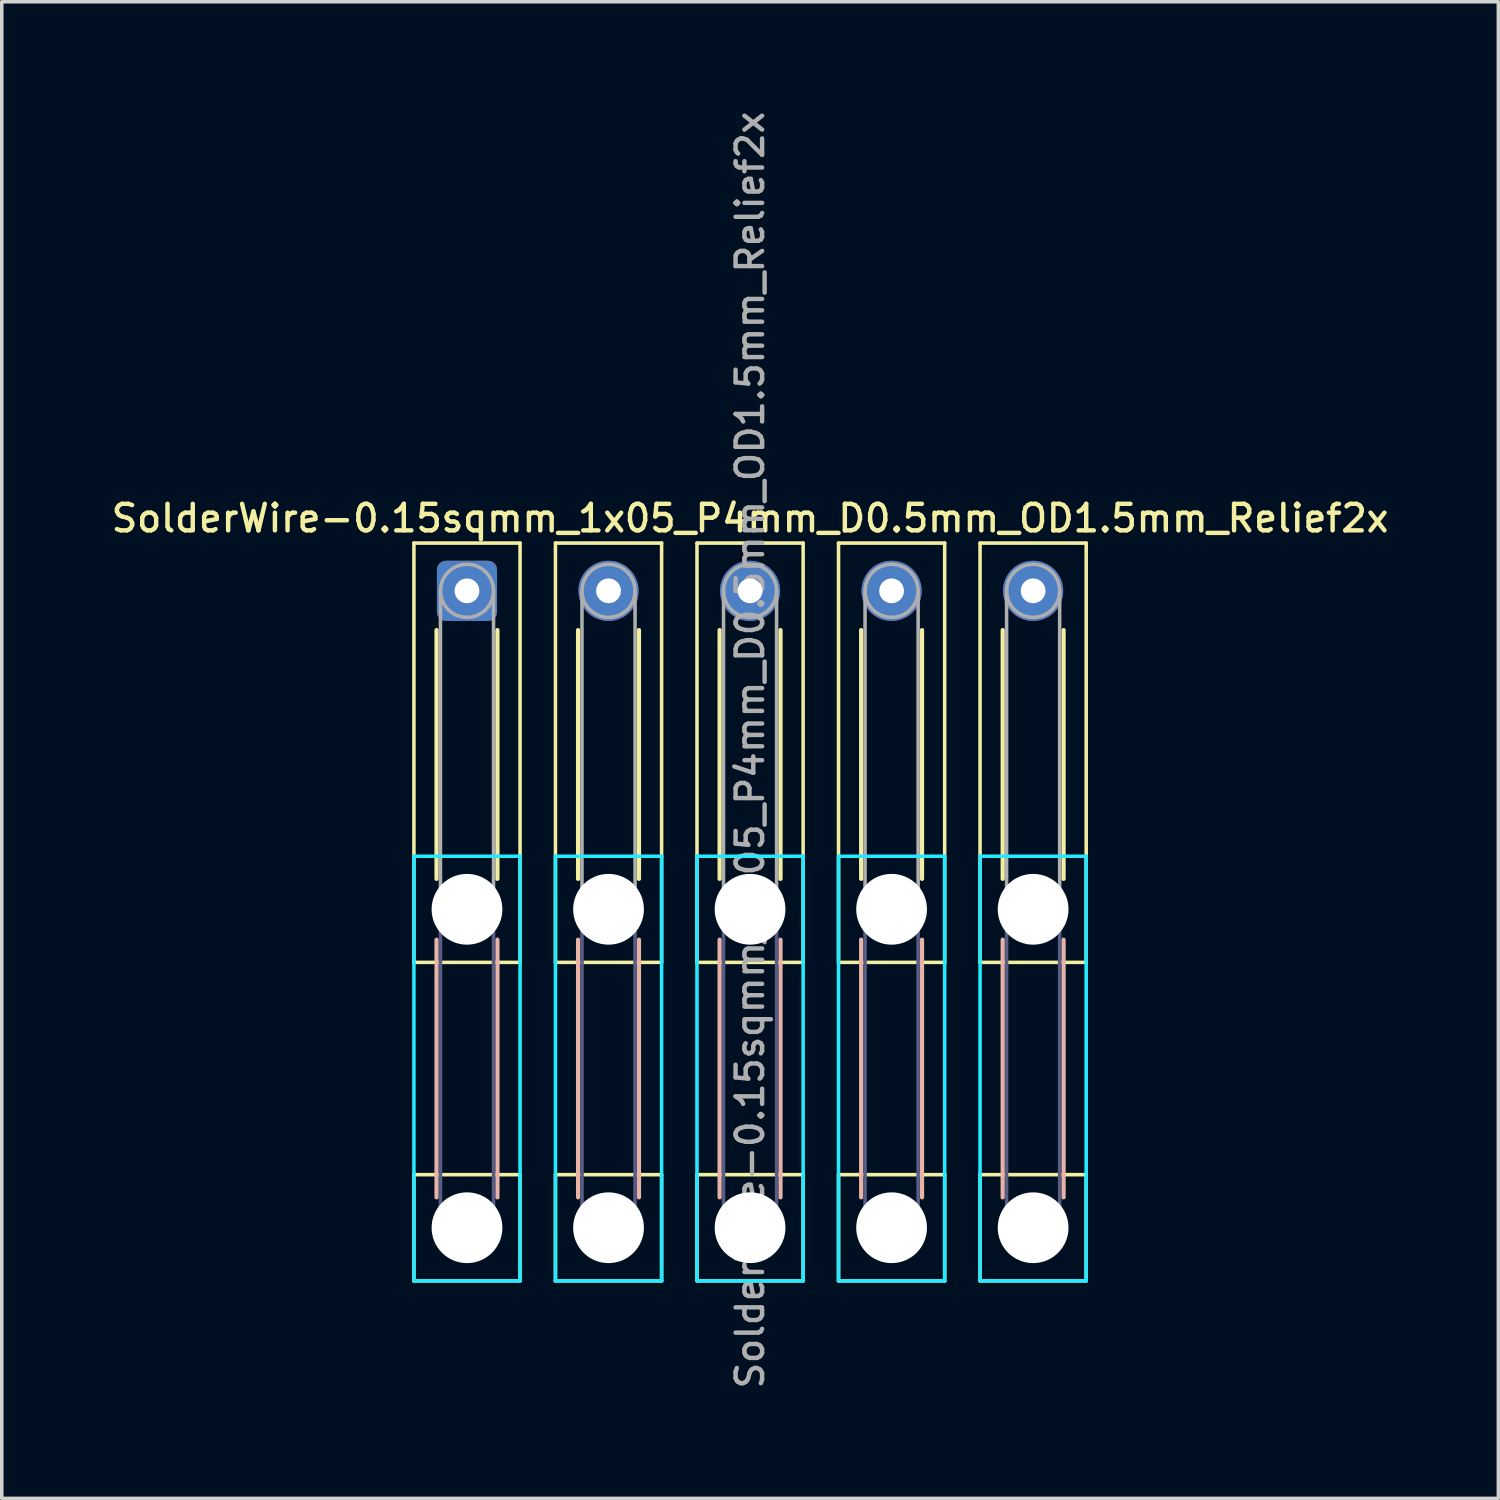
<source format=kicad_pcb>
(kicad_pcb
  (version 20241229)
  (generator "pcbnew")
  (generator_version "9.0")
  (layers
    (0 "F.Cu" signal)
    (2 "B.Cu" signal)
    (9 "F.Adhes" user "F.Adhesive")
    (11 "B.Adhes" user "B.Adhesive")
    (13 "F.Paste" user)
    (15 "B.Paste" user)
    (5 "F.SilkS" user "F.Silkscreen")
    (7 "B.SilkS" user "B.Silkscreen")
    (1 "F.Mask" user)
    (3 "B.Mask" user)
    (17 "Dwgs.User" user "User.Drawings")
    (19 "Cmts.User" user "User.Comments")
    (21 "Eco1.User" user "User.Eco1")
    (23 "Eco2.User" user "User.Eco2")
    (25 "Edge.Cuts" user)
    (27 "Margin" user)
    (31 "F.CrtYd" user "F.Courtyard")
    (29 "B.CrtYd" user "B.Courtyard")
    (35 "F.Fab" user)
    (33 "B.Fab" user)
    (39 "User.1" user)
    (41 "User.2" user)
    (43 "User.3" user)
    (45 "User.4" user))
  (footprint "SolderWire-0.15sqmm_1x05_P4mm_D0.5mm_OD1.5mm_Relief2x"
    (layer "F.Cu")
    (at 10.148 13.648)
    (property "Reference" "SolderWire-0.15sqmm_1x05_P4mm_D0.5mm_OD1.5mm_Relief2x" (at 8 -2.05 0) (layer "F.SilkS") (effects (font (size 0.75 0.75) (thickness 0.125))))
    (attr exclude_from_pos_files exclude_from_bom)
    (fp_line (start -1.5 -1.35) (end -1.5 10.5) (stroke (width 0.1) (type solid)) (layer "F.SilkS"))
    (fp_line (start -1.5 10.5) (end 1.5 10.5) (stroke (width 0.1) (type solid)) (layer "F.SilkS"))
    (fp_line (start -1.5 16.5) (end -1.5 19.5) (stroke (width 0.1) (type solid)) (layer "F.SilkS"))
    (fp_line (start -1.5 19.5) (end 1.5 19.5) (stroke (width 0.1) (type solid)) (layer "F.SilkS"))
    (fp_line (start -0.86 1.11) (end -0.86 8.14) (stroke (width 0.12) (type solid)) (layer "F.SilkS"))
    (fp_line (start 0.86 1.11) (end 0.86 8.14) (stroke (width 0.12) (type solid)) (layer "F.SilkS"))
    (fp_line (start 1.5 -1.35) (end -1.5 -1.35) (stroke (width 0.1) (type solid)) (layer "F.SilkS"))
    (fp_line (start 1.5 10.5) (end 1.5 -1.35) (stroke (width 0.1) (type solid)) (layer "F.SilkS"))
    (fp_line (start 1.5 16.5) (end -1.5 16.5) (stroke (width 0.1) (type solid)) (layer "F.SilkS"))
    (fp_line (start 1.5 19.5) (end 1.5 16.5) (stroke (width 0.1) (type solid)) (layer "F.SilkS"))
    (fp_line (start 2.5 -1.35) (end 2.5 10.5) (stroke (width 0.1) (type solid)) (layer "F.SilkS"))
    (fp_line (start 2.5 10.5) (end 5.5 10.5) (stroke (width 0.1) (type solid)) (layer "F.SilkS"))
    (fp_line (start 2.5 16.5) (end 2.5 19.5) (stroke (width 0.1) (type solid)) (layer "F.SilkS"))
    (fp_line (start 2.5 19.5) (end 5.5 19.5) (stroke (width 0.1) (type solid)) (layer "F.SilkS"))
    (fp_line (start 3.14 1.11) (end 3.14 8.14) (stroke (width 0.12) (type solid)) (layer "F.SilkS"))
    (fp_line (start 4.86 1.11) (end 4.86 8.14) (stroke (width 0.12) (type solid)) (layer "F.SilkS"))
    (fp_line (start 5.5 -1.35) (end 2.5 -1.35) (stroke (width 0.1) (type solid)) (layer "F.SilkS"))
    (fp_line (start 5.5 10.5) (end 5.5 -1.35) (stroke (width 0.1) (type solid)) (layer "F.SilkS"))
    (fp_line (start 5.5 16.5) (end 2.5 16.5) (stroke (width 0.1) (type solid)) (layer "F.SilkS"))
    (fp_line (start 5.5 19.5) (end 5.5 16.5) (stroke (width 0.1) (type solid)) (layer "F.SilkS"))
    (fp_line (start 6.5 -1.35) (end 6.5 10.5) (stroke (width 0.1) (type solid)) (layer "F.SilkS"))
    (fp_line (start 6.5 10.5) (end 9.5 10.5) (stroke (width 0.1) (type solid)) (layer "F.SilkS"))
    (fp_line (start 6.5 16.5) (end 6.5 19.5) (stroke (width 0.1) (type solid)) (layer "F.SilkS"))
    (fp_line (start 6.5 19.5) (end 9.5 19.5) (stroke (width 0.1) (type solid)) (layer "F.SilkS"))
    (fp_line (start 7.14 1.11) (end 7.14 8.14) (stroke (width 0.12) (type solid)) (layer "F.SilkS"))
    (fp_line (start 8.86 1.11) (end 8.86 8.14) (stroke (width 0.12) (type solid)) (layer "F.SilkS"))
    (fp_line (start 9.5 -1.35) (end 6.5 -1.35) (stroke (width 0.1) (type solid)) (layer "F.SilkS"))
    (fp_line (start 9.5 10.5) (end 9.5 -1.35) (stroke (width 0.1) (type solid)) (layer "F.SilkS"))
    (fp_line (start 9.5 16.5) (end 6.5 16.5) (stroke (width 0.1) (type solid)) (layer "F.SilkS"))
    (fp_line (start 9.5 19.5) (end 9.5 16.5) (stroke (width 0.1) (type solid)) (layer "F.SilkS"))
    (fp_line (start 10.5 -1.35) (end 10.5 10.5) (stroke (width 0.1) (type solid)) (layer "F.SilkS"))
    (fp_line (start 10.5 10.5) (end 13.5 10.5) (stroke (width 0.1) (type solid)) (layer "F.SilkS"))
    (fp_line (start 10.5 16.5) (end 10.5 19.5) (stroke (width 0.1) (type solid)) (layer "F.SilkS"))
    (fp_line (start 10.5 19.5) (end 13.5 19.5) (stroke (width 0.1) (type solid)) (layer "F.SilkS"))
    (fp_line (start 11.14 1.11) (end 11.14 8.14) (stroke (width 0.12) (type solid)) (layer "F.SilkS"))
    (fp_line (start 12.86 1.11) (end 12.86 8.14) (stroke (width 0.12) (type solid)) (layer "F.SilkS"))
    (fp_line (start 13.5 -1.35) (end 10.5 -1.35) (stroke (width 0.1) (type solid)) (layer "F.SilkS"))
    (fp_line (start 13.5 10.5) (end 13.5 -1.35) (stroke (width 0.1) (type solid)) (layer "F.SilkS"))
    (fp_line (start 13.5 16.5) (end 10.5 16.5) (stroke (width 0.1) (type solid)) (layer "F.SilkS"))
    (fp_line (start 13.5 19.5) (end 13.5 16.5) (stroke (width 0.1) (type solid)) (layer "F.SilkS"))
    (fp_line (start 14.5 -1.35) (end 14.5 10.5) (stroke (width 0.1) (type solid)) (layer "F.SilkS"))
    (fp_line (start 14.5 10.5) (end 17.5 10.5) (stroke (width 0.1) (type solid)) (layer "F.SilkS"))
    (fp_line (start 14.5 16.5) (end 14.5 19.5) (stroke (width 0.1) (type solid)) (layer "F.SilkS"))
    (fp_line (start 14.5 19.5) (end 17.5 19.5) (stroke (width 0.1) (type solid)) (layer "F.SilkS"))
    (fp_line (start 15.14 1.11) (end 15.14 8.14) (stroke (width 0.12) (type solid)) (layer "F.SilkS"))
    (fp_line (start 16.86 1.11) (end 16.86 8.14) (stroke (width 0.12) (type solid)) (layer "F.SilkS"))
    (fp_line (start 17.5 -1.35) (end 14.5 -1.35) (stroke (width 0.1) (type solid)) (layer "F.SilkS"))
    (fp_line (start 17.5 10.5) (end 17.5 -1.35) (stroke (width 0.1) (type solid)) (layer "F.SilkS"))
    (fp_line (start 17.5 16.5) (end 14.5 16.5) (stroke (width 0.1) (type solid)) (layer "F.SilkS"))
    (fp_line (start 17.5 19.5) (end 17.5 16.5) (stroke (width 0.1) (type solid)) (layer "F.SilkS"))
    (fp_line (start -0.86 9.86) (end -0.86 17.14) (stroke (width 0.12) (type solid)) (layer "B.SilkS"))
    (fp_line (start 0.86 9.86) (end 0.86 17.14) (stroke (width 0.12) (type solid)) (layer "B.SilkS"))
    (fp_line (start 3.14 9.86) (end 3.14 17.14) (stroke (width 0.12) (type solid)) (layer "B.SilkS"))
    (fp_line (start 4.86 9.86) (end 4.86 17.14) (stroke (width 0.12) (type solid)) (layer "B.SilkS"))
    (fp_line (start 7.14 9.86) (end 7.14 17.14) (stroke (width 0.12) (type solid)) (layer "B.SilkS"))
    (fp_line (start 8.86 9.86) (end 8.86 17.14) (stroke (width 0.12) (type solid)) (layer "B.SilkS"))
    (fp_line (start 11.14 9.86) (end 11.14 17.14) (stroke (width 0.12) (type solid)) (layer "B.SilkS"))
    (fp_line (start 12.86 9.86) (end 12.86 17.14) (stroke (width 0.12) (type solid)) (layer "B.SilkS"))
    (fp_line (start 15.14 9.86) (end 15.14 17.14) (stroke (width 0.12) (type solid)) (layer "B.SilkS"))
    (fp_line (start 16.86 9.86) (end 16.86 17.14) (stroke (width 0.12) (type solid)) (layer "B.SilkS"))
    (fp_line (start -1.5 7.5) (end -1.5 19.5) (stroke (width 0.1) (type solid)) (layer "B.CrtYd"))
    (fp_line (start -1.5 19.5) (end 1.5 19.5) (stroke (width 0.1) (type solid)) (layer "B.CrtYd"))
    (fp_line (start 1.5 7.5) (end -1.5 7.5) (stroke (width 0.1) (type solid)) (layer "B.CrtYd"))
    (fp_line (start 1.5 19.5) (end 1.5 7.5) (stroke (width 0.1) (type solid)) (layer "B.CrtYd"))
    (fp_line (start 2.5 7.5) (end 2.5 19.5) (stroke (width 0.1) (type solid)) (layer "B.CrtYd"))
    (fp_line (start 2.5 19.5) (end 5.5 19.5) (stroke (width 0.1) (type solid)) (layer "B.CrtYd"))
    (fp_line (start 5.5 7.5) (end 2.5 7.5) (stroke (width 0.1) (type solid)) (layer "B.CrtYd"))
    (fp_line (start 5.5 19.5) (end 5.5 7.5) (stroke (width 0.1) (type solid)) (layer "B.CrtYd"))
    (fp_line (start 6.5 7.5) (end 6.5 19.5) (stroke (width 0.1) (type solid)) (layer "B.CrtYd"))
    (fp_line (start 6.5 19.5) (end 9.5 19.5) (stroke (width 0.1) (type solid)) (layer "B.CrtYd"))
    (fp_line (start 9.5 7.5) (end 6.5 7.5) (stroke (width 0.1) (type solid)) (layer "B.CrtYd"))
    (fp_line (start 9.5 19.5) (end 9.5 7.5) (stroke (width 0.1) (type solid)) (layer "B.CrtYd"))
    (fp_line (start 10.5 7.5) (end 10.5 19.5) (stroke (width 0.1) (type solid)) (layer "B.CrtYd"))
    (fp_line (start 10.5 19.5) (end 13.5 19.5) (stroke (width 0.1) (type solid)) (layer "B.CrtYd"))
    (fp_line (start 13.5 7.5) (end 10.5 7.5) (stroke (width 0.1) (type solid)) (layer "B.CrtYd"))
    (fp_line (start 13.5 19.5) (end 13.5 7.5) (stroke (width 0.1) (type solid)) (layer "B.CrtYd"))
    (fp_line (start 14.5 7.5) (end 14.5 19.5) (stroke (width 0.1) (type solid)) (layer "B.CrtYd"))
    (fp_line (start 14.5 19.5) (end 17.5 19.5) (stroke (width 0.1) (type solid)) (layer "B.CrtYd"))
    (fp_line (start 17.5 7.5) (end 14.5 7.5) (stroke (width 0.1) (type solid)) (layer "B.CrtYd"))
    (fp_line (start 17.5 19.5) (end 17.5 7.5) (stroke (width 0.1) (type solid)) (layer "B.CrtYd"))
    (fp_line (start -0.75 9) (end -0.75 18) (stroke (width 0.1) (type solid)) (layer "B.Fab"))
    (fp_line (start 0.75 9) (end 0.75 18) (stroke (width 0.1) (type solid)) (layer "B.Fab"))
    (fp_line (start 3.25 9) (end 3.25 18) (stroke (width 0.1) (type solid)) (layer "B.Fab"))
    (fp_line (start 4.75 9) (end 4.75 18) (stroke (width 0.1) (type solid)) (layer "B.Fab"))
    (fp_line (start 7.25 9) (end 7.25 18) (stroke (width 0.1) (type solid)) (layer "B.Fab"))
    (fp_line (start 8.75 9) (end 8.75 18) (stroke (width 0.1) (type solid)) (layer "B.Fab"))
    (fp_line (start 11.25 9) (end 11.25 18) (stroke (width 0.1) (type solid)) (layer "B.Fab"))
    (fp_line (start 12.75 9) (end 12.75 18) (stroke (width 0.1) (type solid)) (layer "B.Fab"))
    (fp_line (start 15.25 9) (end 15.25 18) (stroke (width 0.1) (type solid)) (layer "B.Fab"))
    (fp_line (start 16.75 9) (end 16.75 18) (stroke (width 0.1) (type solid)) (layer "B.Fab"))
    (fp_circle (center 0 9) (end 0.75 9) (stroke (width 0.1) (type solid)) (fill no) (layer "B.Fab"))
    (fp_circle (center 0 18) (end 0.75 18) (stroke (width 0.1) (type solid)) (fill no) (layer "B.Fab"))
    (fp_circle (center 4 9) (end 4.75 9) (stroke (width 0.1) (type solid)) (fill no) (layer "B.Fab"))
    (fp_circle (center 4 18) (end 4.75 18) (stroke (width 0.1) (type solid)) (fill no) (layer "B.Fab"))
    (fp_circle (center 8 9) (end 8.75 9) (stroke (width 0.1) (type solid)) (fill no) (layer "B.Fab"))
    (fp_circle (center 8 18) (end 8.75 18) (stroke (width 0.1) (type solid)) (fill no) (layer "B.Fab"))
    (fp_circle (center 12 9) (end 12.75 9) (stroke (width 0.1) (type solid)) (fill no) (layer "B.Fab"))
    (fp_circle (center 12 18) (end 12.75 18) (stroke (width 0.1) (type solid)) (fill no) (layer "B.Fab"))
    (fp_circle (center 16 9) (end 16.75 9) (stroke (width 0.1) (type solid)) (fill no) (layer "B.Fab"))
    (fp_circle (center 16 18) (end 16.75 18) (stroke (width 0.1) (type solid)) (fill no) (layer "B.Fab"))
    (fp_line (start -0.75 0) (end -0.75 9) (stroke (width 0.1) (type solid)) (layer "F.Fab"))
    (fp_line (start 0.75 0) (end 0.75 9) (stroke (width 0.1) (type solid)) (layer "F.Fab"))
    (fp_line (start 3.25 0) (end 3.25 9) (stroke (width 0.1) (type solid)) (layer "F.Fab"))
    (fp_line (start 4.75 0) (end 4.75 9) (stroke (width 0.1) (type solid)) (layer "F.Fab"))
    (fp_line (start 7.25 0) (end 7.25 9) (stroke (width 0.1) (type solid)) (layer "F.Fab"))
    (fp_line (start 8.75 0) (end 8.75 9) (stroke (width 0.1) (type solid)) (layer "F.Fab"))
    (fp_line (start 11.25 0) (end 11.25 9) (stroke (width 0.1) (type solid)) (layer "F.Fab"))
    (fp_line (start 12.75 0) (end 12.75 9) (stroke (width 0.1) (type solid)) (layer "F.Fab"))
    (fp_line (start 15.25 0) (end 15.25 9) (stroke (width 0.1) (type solid)) (layer "F.Fab"))
    (fp_line (start 16.75 0) (end 16.75 9) (stroke (width 0.1) (type solid)) (layer "F.Fab"))
    (fp_circle (center 0 0) (end 0.75 0) (stroke (width 0.1) (type solid)) (fill no) (layer "F.Fab"))
    (fp_circle (center 0 9) (end 0.75 9) (stroke (width 0.1) (type solid)) (fill no) (layer "F.Fab"))
    (fp_circle (center 0 18) (end 0.75 18) (stroke (width 0.1) (type solid)) (fill no) (layer "F.Fab"))
    (fp_circle (center 4 0) (end 4.75 0) (stroke (width 0.1) (type solid)) (fill no) (layer "F.Fab"))
    (fp_circle (center 4 9) (end 4.75 9) (stroke (width 0.1) (type solid)) (fill no) (layer "F.Fab"))
    (fp_circle (center 4 18) (end 4.75 18) (stroke (width 0.1) (type solid)) (fill no) (layer "F.Fab"))
    (fp_circle (center 8 0) (end 8.75 0) (stroke (width 0.1) (type solid)) (fill no) (layer "F.Fab"))
    (fp_circle (center 8 9) (end 8.75 9) (stroke (width 0.1) (type solid)) (fill no) (layer "F.Fab"))
    (fp_circle (center 8 18) (end 8.75 18) (stroke (width 0.1) (type solid)) (fill no) (layer "F.Fab"))
    (fp_circle (center 12 0) (end 12.75 0) (stroke (width 0.1) (type solid)) (fill no) (layer "F.Fab"))
    (fp_circle (center 12 9) (end 12.75 9) (stroke (width 0.1) (type solid)) (fill no) (layer "F.Fab"))
    (fp_circle (center 12 18) (end 12.75 18) (stroke (width 0.1) (type solid)) (fill no) (layer "F.Fab"))
    (fp_circle (center 16 0) (end 16.75 0) (stroke (width 0.1) (type solid)) (fill no) (layer "F.Fab"))
    (fp_circle (center 16 9) (end 16.75 9) (stroke (width 0.1) (type solid)) (fill no) (layer "F.Fab"))
    (fp_circle (center 16 18) (end 16.75 18) (stroke (width 0.1) (type solid)) (fill no) (layer "F.Fab"))
    (fp_text user "${REFERENCE}" (at 8 4.5 90) (layer "F.Fab") (effects (font (size 0.75 0.75) (thickness 0.125))))
    (pad "" np_thru_hole circle (at 0 9) (size 2 2) (drill 2) (layers "*.Cu" "*.Mask"))
    (pad "" np_thru_hole circle (at 0 18) (size 2 2) (drill 2) (layers "*.Cu" "*.Mask"))
    (pad "" np_thru_hole circle (at 4 9) (size 2 2) (drill 2) (layers "*.Cu" "*.Mask"))
    (pad "" np_thru_hole circle (at 4 18) (size 2 2) (drill 2) (layers "*.Cu" "*.Mask"))
    (pad "" np_thru_hole circle (at 8 9) (size 2 2) (drill 2) (layers "*.Cu" "*.Mask"))
    (pad "" np_thru_hole circle (at 8 18) (size 2 2) (drill 2) (layers "*.Cu" "*.Mask"))
    (pad "" np_thru_hole circle (at 12 9) (size 2 2) (drill 2) (layers "*.Cu" "*.Mask"))
    (pad "" np_thru_hole circle (at 12 18) (size 2 2) (drill 2) (layers "*.Cu" "*.Mask"))
    (pad "" np_thru_hole circle (at 16 9) (size 2 2) (drill 2) (layers "*.Cu" "*.Mask"))
    (pad "" np_thru_hole circle (at 16 18) (size 2 2) (drill 2) (layers "*.Cu" "*.Mask"))
    (pad "1" thru_hole roundrect (at 0 0) (size 1.7 1.7) (drill 0.7) (layers "*.Cu" "*.Mask") (roundrect_rratio 0.147))
    (pad "2" thru_hole circle (at 4 0) (size 1.7 1.7) (drill 0.7) (layers "*.Cu" "*.Mask"))
    (pad "3" thru_hole circle (at 8 0) (size 1.7 1.7) (drill 0.7) (layers "*.Cu" "*.Mask"))
    (pad "4" thru_hole circle (at 12 0) (size 1.7 1.7) (drill 0.7) (layers "*.Cu" "*.Mask"))
    (pad "5" thru_hole circle (at 16 0) (size 1.7 1.7) (drill 0.7) (layers "*.Cu" "*.Mask")))
  (gr_rect
    (start -3 -3)
    (end 39.296 39.296)
    (stroke (width 0.1) (type default))
    (fill no)
    (layer "Edge.Cuts")))
</source>
